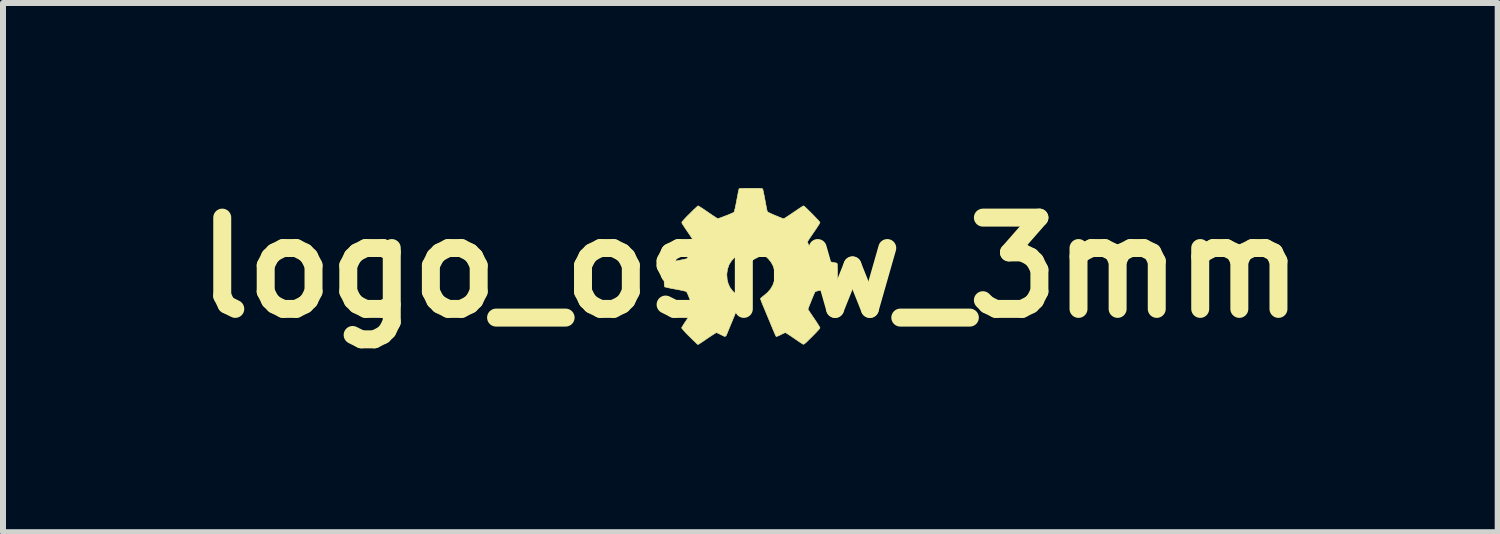
<source format=kicad_pcb>
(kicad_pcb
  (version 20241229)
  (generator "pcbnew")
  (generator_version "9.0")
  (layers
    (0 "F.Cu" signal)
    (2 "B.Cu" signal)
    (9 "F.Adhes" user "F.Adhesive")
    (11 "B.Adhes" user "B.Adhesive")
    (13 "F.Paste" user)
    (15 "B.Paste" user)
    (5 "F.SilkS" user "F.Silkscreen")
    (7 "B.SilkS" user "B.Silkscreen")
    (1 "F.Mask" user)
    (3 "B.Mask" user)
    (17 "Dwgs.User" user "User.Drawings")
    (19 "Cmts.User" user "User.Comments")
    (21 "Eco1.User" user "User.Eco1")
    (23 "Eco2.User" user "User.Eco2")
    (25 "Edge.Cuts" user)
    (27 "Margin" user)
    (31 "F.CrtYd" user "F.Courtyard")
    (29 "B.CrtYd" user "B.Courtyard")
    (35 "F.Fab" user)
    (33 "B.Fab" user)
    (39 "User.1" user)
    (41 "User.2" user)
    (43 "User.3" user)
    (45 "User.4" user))
  (footprint "logo_oshw_3mm"
    (layer "F.Cu")
    (at 9.478 1.418)
    (property "Reference" "logo_oshw_3mm" (at 0 0 0) (layer "F.SilkS") (effects (font (size 1.524 1.524) (thickness 0.3))))
    (attr through_hole)
    (fp_poly (pts (xy 0.068 -1.324) (xy 0.113 -1.324) (xy 0.147 -1.323) (xy 0.171 -1.322) (xy 0.187 -1.321) (xy 0.197 -1.318) (xy 0.203 -1.315) (xy 0.206 -1.31) (xy 0.208 -1.307) (xy 0.211 -1.294) (xy 0.217 -1.269) (xy 0.224 -1.234) (xy 0.233 -1.19) (xy 0.242 -1.141) (xy 0.247 -1.116) (xy 0.256 -1.066) (xy 0.265 -1.021) (xy 0.272 -0.982) (xy 0.279 -0.953) (xy 0.283 -0.936) (xy 0.284 -0.932) (xy 0.293 -0.927) (xy 0.313 -0.916) (xy 0.342 -0.903) (xy 0.376 -0.887) (xy 0.414 -0.871) (xy 0.453 -0.855) (xy 0.489 -0.84) (xy 0.52 -0.828) (xy 0.544 -0.819) (xy 0.557 -0.816) (xy 0.557 -0.816) (xy 0.566 -0.82) (xy 0.585 -0.832) (xy 0.613 -0.85) (xy 0.649 -0.874) (xy 0.69 -0.901) (xy 0.723 -0.924) (xy 0.767 -0.953) (xy 0.806 -0.98) (xy 0.84 -1.002) (xy 0.866 -1.019) (xy 0.883 -1.029) (xy 0.888 -1.031) (xy 0.897 -1.026) (xy 0.914 -1.011) (xy 0.938 -0.989) (xy 0.966 -0.961) (xy 0.999 -0.929) (xy 1.032 -0.896) (xy 1.065 -0.862) (xy 1.096 -0.829) (xy 1.123 -0.801) (xy 1.145 -0.777) (xy 1.158 -0.761) (xy 1.162 -0.754) (xy 1.159 -0.744) (xy 1.148 -0.725) (xy 1.129 -0.695) (xy 1.103 -0.655) (xy 1.068 -0.604) (xy 1.025 -0.541) (xy 1.004 -0.51) (xy 0.984 -0.481) (xy 0.968 -0.455) (xy 0.957 -0.437) (xy 0.954 -0.428) (xy 0.957 -0.419) (xy 0.965 -0.397) (xy 0.977 -0.368) (xy 0.992 -0.332) (xy 1.008 -0.294) (xy 1.024 -0.255) (xy 1.04 -0.218) (xy 1.054 -0.187) (xy 1.065 -0.163) (xy 1.071 -0.15) (xy 1.072 -0.149) (xy 1.081 -0.146) (xy 1.102 -0.141) (xy 1.134 -0.135) (xy 1.175 -0.127) (xy 1.223 -0.117) (xy 1.255 -0.111) (xy 1.306 -0.102) (xy 1.352 -0.093) (xy 1.391 -0.085) (xy 1.421 -0.079) (xy 1.439 -0.075) (xy 1.444 -0.074) (xy 1.447 -0.07) (xy 1.45 -0.061) (xy 1.452 -0.044) (xy 1.453 -0.018) (xy 1.454 0.018) (xy 1.455 0.066) (xy 1.455 0.126) (xy 1.455 0.186) (xy 1.454 0.233) (xy 1.454 0.268) (xy 1.453 0.292) (xy 1.451 0.309) (xy 1.449 0.319) (xy 1.445 0.324) (xy 1.441 0.326) (xy 1.428 0.329) (xy 1.404 0.334) (xy 1.373 0.34) (xy 1.359 0.343) (xy 1.284 0.356) (xy 1.222 0.368) (xy 1.174 0.377) (xy 1.137 0.385) (xy 1.111 0.392) (xy 1.093 0.398) (xy 1.083 0.403) (xy 1.08 0.405) (xy 1.075 0.415) (xy 1.065 0.437) (xy 1.052 0.467) (xy 1.037 0.503) (xy 1.021 0.542) (xy 1.005 0.582) (xy 0.99 0.62) (xy 0.977 0.653) (xy 0.968 0.678) (xy 0.963 0.692) (xy 0.962 0.695) (xy 0.966 0.703) (xy 0.978 0.721) (xy 0.996 0.749) (xy 1.019 0.783) (xy 1.046 0.823) (xy 1.062 0.846) (xy 1.091 0.889) (xy 1.116 0.927) (xy 1.137 0.961) (xy 1.153 0.986) (xy 1.161 1.002) (xy 1.162 1.006) (xy 1.157 1.016) (xy 1.142 1.035) (xy 1.118 1.061) (xy 1.087 1.094) (xy 1.05 1.132) (xy 1.028 1.154) (xy 0.986 1.195) (xy 0.954 1.227) (xy 0.93 1.25) (xy 0.912 1.265) (xy 0.899 1.275) (xy 0.89 1.279) (xy 0.883 1.28) (xy 0.877 1.277) (xy 0.877 1.277) (xy 0.866 1.27) (xy 0.844 1.256) (xy 0.813 1.236) (xy 0.777 1.211) (xy 0.737 1.184) (xy 0.727 1.177) (xy 0.686 1.149) (xy 0.65 1.125) (xy 0.62 1.106) (xy 0.598 1.092) (xy 0.585 1.086) (xy 0.584 1.085) (xy 0.573 1.089) (xy 0.553 1.098) (xy 0.525 1.111) (xy 0.506 1.121) (xy 0.475 1.136) (xy 0.45 1.146) (xy 0.434 1.15) (xy 0.43 1.149) (xy 0.426 1.141) (xy 0.416 1.12) (xy 0.402 1.088) (xy 0.385 1.048) (xy 0.365 1) (xy 0.343 0.948) (xy 0.335 0.927) (xy 0.31 0.868) (xy 0.285 0.808) (xy 0.261 0.751) (xy 0.24 0.699) (xy 0.222 0.656) (xy 0.208 0.623) (xy 0.207 0.621) (xy 0.193 0.586) (xy 0.181 0.555) (xy 0.173 0.532) (xy 0.169 0.52) (xy 0.169 0.52) (xy 0.175 0.511) (xy 0.191 0.496) (xy 0.213 0.478) (xy 0.217 0.475) (xy 0.285 0.419) (xy 0.337 0.359) (xy 0.375 0.294) (xy 0.4 0.223) (xy 0.41 0.146) (xy 0.41 0.127) (xy 0.404 0.05) (xy 0.384 -0.021) (xy 0.35 -0.086) (xy 0.301 -0.148) (xy 0.3 -0.149) (xy 0.243 -0.2) (xy 0.179 -0.238) (xy 0.11 -0.263) (xy 0.038 -0.275) (xy -0.035 -0.273) (xy -0.107 -0.259) (xy -0.175 -0.231) (xy -0.24 -0.19) (xy -0.261 -0.172) (xy -0.315 -0.114) (xy -0.355 -0.05) (xy -0.38 0.021) (xy -0.392 0.097) (xy -0.393 0.122) (xy -0.387 0.199) (xy -0.37 0.268) (xy -0.341 0.331) (xy -0.298 0.389) (xy -0.241 0.443) (xy -0.208 0.47) (xy -0.183 0.489) (xy -0.165 0.506) (xy -0.155 0.518) (xy -0.154 0.52) (xy -0.157 0.53) (xy -0.165 0.552) (xy -0.178 0.584) (xy -0.194 0.626) (xy -0.214 0.675) (xy -0.236 0.73) (xy -0.255 0.775) (xy -0.28 0.836) (xy -0.304 0.895) (xy -0.327 0.949) (xy -0.346 0.997) (xy -0.363 1.037) (xy -0.375 1.066) (xy -0.379 1.078) (xy -0.394 1.113) (xy -0.405 1.136) (xy -0.417 1.147) (xy -0.432 1.148) (xy -0.454 1.139) (xy -0.485 1.123) (xy -0.489 1.121) (xy -0.519 1.106) (xy -0.544 1.094) (xy -0.561 1.087) (xy -0.566 1.085) (xy -0.575 1.089) (xy -0.595 1.101) (xy -0.623 1.119) (xy -0.659 1.142) (xy -0.699 1.169) (xy -0.723 1.185) (xy -0.765 1.214) (xy -0.802 1.239) (xy -0.834 1.26) (xy -0.858 1.275) (xy -0.872 1.284) (xy -0.875 1.285) (xy -0.882 1.28) (xy -0.898 1.266) (xy -0.921 1.243) (xy -0.952 1.214) (xy -0.986 1.18) (xy -1.014 1.153) (xy -1.051 1.116) (xy -1.084 1.081) (xy -1.111 1.051) (xy -1.132 1.028) (xy -1.144 1.012) (xy -1.147 1.007) (xy -1.143 0.997) (xy -1.131 0.977) (xy -1.113 0.947) (xy -1.089 0.911) (xy -1.062 0.871) (xy -1.047 0.849) (xy -1.018 0.807) (xy -0.993 0.769) (xy -0.972 0.737) (xy -0.957 0.713) (xy -0.948 0.698) (xy -0.947 0.695) (xy -0.95 0.684) (xy -0.957 0.661) (xy -0.969 0.631) (xy -0.983 0.594) (xy -0.999 0.554) (xy -1.016 0.513) (xy -1.031 0.475) (xy -1.045 0.443) (xy -1.057 0.418) (xy -1.064 0.404) (xy -1.065 0.402) (xy -1.075 0.398) (xy -1.098 0.391) (xy -1.132 0.383) (xy -1.174 0.374) (xy -1.222 0.365) (xy -1.248 0.36) (xy -1.298 0.351) (xy -1.343 0.342) (xy -1.381 0.334) (xy -1.409 0.327) (xy -1.426 0.323) (xy -1.43 0.321) (xy -1.433 0.311) (xy -1.436 0.289) (xy -1.438 0.256) (xy -1.439 0.216) (xy -1.44 0.17) (xy -1.44 0.123) (xy -1.44 0.075) (xy -1.439 0.03) (xy -1.437 -0.01) (xy -1.435 -0.042) (xy -1.432 -0.064) (xy -1.429 -0.074) (xy -1.429 -0.074) (xy -1.418 -0.076) (xy -1.395 -0.081) (xy -1.361 -0.088) (xy -1.319 -0.096) (xy -1.271 -0.105) (xy -1.239 -0.111) (xy -1.189 -0.121) (xy -1.143 -0.13) (xy -1.105 -0.138) (xy -1.076 -0.145) (xy -1.059 -0.149) (xy -1.055 -0.151) (xy -1.049 -0.161) (xy -1.039 -0.183) (xy -1.025 -0.213) (xy -1.009 -0.249) (xy -0.993 -0.287) (xy -0.977 -0.326) (xy -0.962 -0.363) (xy -0.95 -0.393) (xy -0.942 -0.416) (xy -0.939 -0.427) (xy -0.939 -0.427) (xy -0.943 -0.437) (xy -0.955 -0.458) (xy -0.973 -0.487) (xy -0.996 -0.523) (xy -1.024 -0.564) (xy -1.04 -0.588) (xy -1.069 -0.63) (xy -1.095 -0.669) (xy -1.117 -0.703) (xy -1.134 -0.729) (xy -1.143 -0.745) (xy -1.145 -0.749) (xy -1.143 -0.757) (xy -1.135 -0.77) (xy -1.118 -0.79) (xy -1.093 -0.818) (xy -1.059 -0.854) (xy -1.015 -0.897) (xy -0.978 -0.934) (xy -0.944 -0.968) (xy -0.914 -0.995) (xy -0.892 -1.016) (xy -0.877 -1.028) (xy -0.872 -1.031) (xy -0.863 -1.027) (xy -0.844 -1.015) (xy -0.815 -0.997) (xy -0.78 -0.974) (xy -0.739 -0.946) (xy -0.71 -0.926) (xy -0.667 -0.897) (xy -0.628 -0.87) (xy -0.594 -0.848) (xy -0.568 -0.831) (xy -0.551 -0.821) (xy -0.546 -0.818) (xy -0.536 -0.82) (xy -0.514 -0.827) (xy -0.484 -0.837) (xy -0.448 -0.851) (xy -0.409 -0.866) (xy -0.37 -0.881) (xy -0.334 -0.896) (xy -0.304 -0.909) (xy -0.282 -0.92) (xy -0.272 -0.926) (xy -0.268 -0.936) (xy -0.262 -0.959) (xy -0.254 -0.992) (xy -0.245 -1.035) (xy -0.235 -1.083) (xy -0.228 -1.122) (xy -0.218 -1.174) (xy -0.209 -1.221) (xy -0.201 -1.261) (xy -0.194 -1.292) (xy -0.19 -1.311) (xy -0.188 -1.317) (xy -0.18 -1.319) (xy -0.157 -1.321) (xy -0.123 -1.322) (xy -0.08 -1.323) (xy -0.028 -1.324) (xy 0.008 -1.324) (xy 0.068 -1.324)) (stroke (width 0.01) (type solid)) (fill yes) (layer "F.SilkS")))
  (gr_rect
    (start -3 -3)
    (end 21.956 5.836)
    (stroke (width 0.1) (type default))
    (fill no)
    (layer "Edge.Cuts")))
</source>
